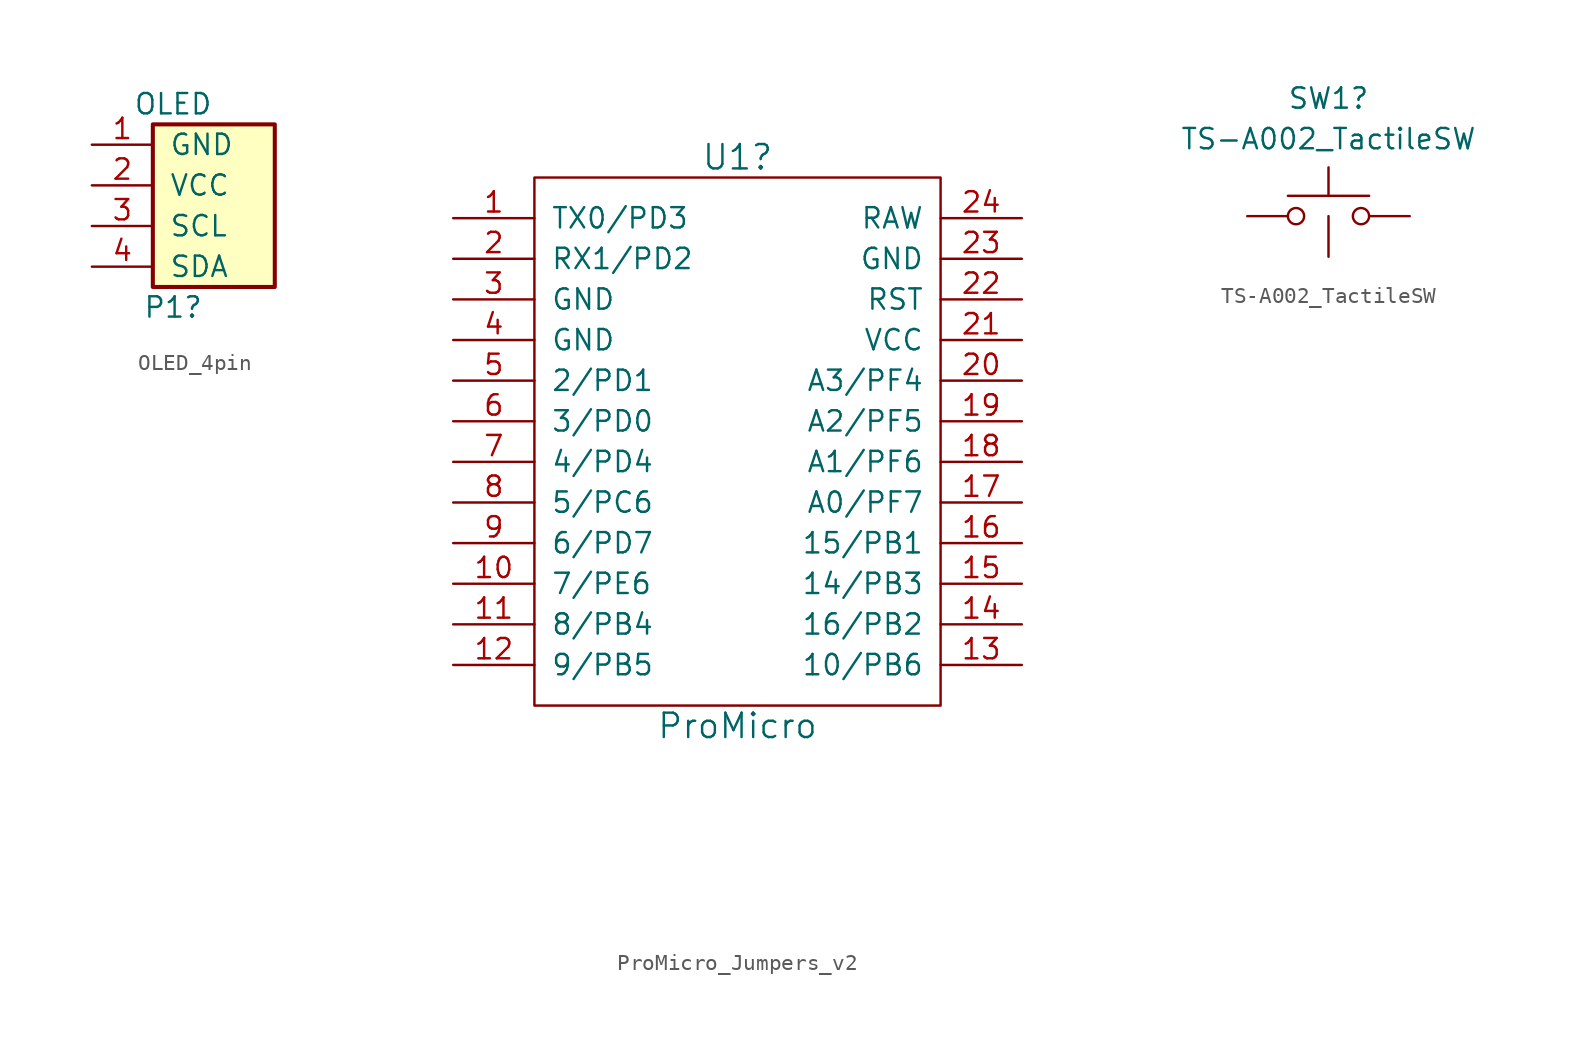
<source format=kicad_sym>
(kicad_symbol_lib
  (version 20231120)
  (generator "kicad_symbol_editor")
  (generator_version "8.0")
  (symbol "OLED_4pin"
    (pin_names
      (offset 1.016))
    (property "Reference" "P1"
      (at 0 -7.62 0)
      (effects (font (size 1.27 1.27))))
    (property "Value" "OLED"
      (at 0 5.08 0)
      (effects (font (size 1.27 1.27))))
    (symbol "OLED_4pin_1_1"
      (rectangle (start -1.27 3.81) (end 6.35 -6.35) (stroke (width 0.254) (type default)) (fill (type background)))
      (pin passive line (at -5.08 2.54 0) (length 3.81) (name "GND" (effects (font (size 1.27 1.27)))) (number "1" (effects (font (size 1.27 1.27)))))
      (pin passive line (at -5.08 0 0) (length 3.81) (name "VCC" (effects (font (size 1.27 1.27)))) (number "2" (effects (font (size 1.27 1.27)))))
      (pin passive line (at -5.08 -2.54 0) (length 3.81) (name "SCL" (effects (font (size 1.27 1.27)))) (number "3" (effects (font (size 1.27 1.27)))))
      (pin passive line (at -5.08 -5.08 0) (length 3.81) (name "SDA" (effects (font (size 1.27 1.27)))) (number "4" (effects (font (size 1.27 1.27)))))
      (pin no_connect line (at 8.128 -2.286 90) (length 3.81) hide (name "0" (effects (font (size 1.27 1.27)))) (number "A" (effects (font (size 1.27 1.27)))))
      (pin no_connect line (at 8.128 -2.286 90) (length 3.81) hide (name "0" (effects (font (size 1.27 1.27)))) (number "B" (effects (font (size 1.27 1.27)))))
      (pin no_connect line (at 8.128 -2.286 90) (length 3.81) hide (name "0" (effects (font (size 1.27 1.27)))) (number "C" (effects (font (size 1.27 1.27)))))
      (pin no_connect line (at 8.128 -2.286 90) (length 3.81) hide (name "0" (effects (font (size 1.27 1.27)))) (number "D" (effects (font (size 1.27 1.27)))))))
  (symbol "ProMicro_Jumpers_v2"
    (pin_names
      (offset 1.016))
    (property "Reference" "U1"
      (at 0 17.78 0)
      (effects (font (size 1.524 1.524))))
    (property "Value" "ProMicro"
      (at 0 -17.78 0)
      (effects (font (size 1.524 1.524))))
    (property "Datasheet" ""
      (at 2.54 -26.67 0)
      (effects (font (size 1.524 1.524))))
    (symbol "ProMicro_Jumpers_v2_0_1"
      (rectangle (start -12.7 -16.51) (end 12.7 16.51) (stroke (width 0) (type default)) (fill (type none))))
    (symbol "ProMicro_Jumpers_v2_1_1"
      (pin input line (at -17.78 13.97 0) (length 5.08) (name "TX0/PD3" (effects (font (size 1.27 1.27)))) (number "1" (effects (font (size 1.27 1.27)))))
      (pin input line (at -17.78 -8.89 0) (length 5.08) (name "7/PE6" (effects (font (size 1.27 1.27)))) (number "10" (effects (font (size 1.27 1.27)))))
      (pin input line (at -17.78 -11.43 0) (length 5.08) (name "8/PB4" (effects (font (size 1.27 1.27)))) (number "11" (effects (font (size 1.27 1.27)))))
      (pin input line (at -17.78 -13.97 0) (length 5.08) (name "9/PB5" (effects (font (size 1.27 1.27)))) (number "12" (effects (font (size 1.27 1.27)))))
      (pin input line (at 17.78 -13.97 180) (length 5.08) (name "10/PB6" (effects (font (size 1.27 1.27)))) (number "13" (effects (font (size 1.27 1.27)))))
      (pin input line (at 17.78 -11.43 180) (length 5.08) (name "16/PB2" (effects (font (size 1.27 1.27)))) (number "14" (effects (font (size 1.27 1.27)))))
      (pin input line (at 17.78 -8.89 180) (length 5.08) (name "14/PB3" (effects (font (size 1.27 1.27)))) (number "15" (effects (font (size 1.27 1.27)))))
      (pin input line (at 17.78 -6.35 180) (length 5.08) (name "15/PB1" (effects (font (size 1.27 1.27)))) (number "16" (effects (font (size 1.27 1.27)))))
      (pin input line (at 17.78 -3.81 180) (length 5.08) (name "A0/PF7" (effects (font (size 1.27 1.27)))) (number "17" (effects (font (size 1.27 1.27)))))
      (pin input line (at 17.78 -1.27 180) (length 5.08) (name "A1/PF6" (effects (font (size 1.27 1.27)))) (number "18" (effects (font (size 1.27 1.27)))))
      (pin input line (at 17.78 1.27 180) (length 5.08) (name "A2/PF5" (effects (font (size 1.27 1.27)))) (number "19" (effects (font (size 1.27 1.27)))))
      (pin input line (at -17.78 11.43 0) (length 5.08) (name "RX1/PD2" (effects (font (size 1.27 1.27)))) (number "2" (effects (font (size 1.27 1.27)))))
      (pin input line (at 17.78 3.81 180) (length 5.08) (name "A3/PF4" (effects (font (size 1.27 1.27)))) (number "20" (effects (font (size 1.27 1.27)))))
      (pin input line (at 17.78 6.35 180) (length 5.08) (name "VCC" (effects (font (size 1.27 1.27)))) (number "21" (effects (font (size 1.27 1.27)))))
      (pin input line (at 17.78 8.89 180) (length 5.08) (name "RST" (effects (font (size 1.27 1.27)))) (number "22" (effects (font (size 1.27 1.27)))))
      (pin input line (at 17.78 11.43 180) (length 5.08) (name "GND" (effects (font (size 1.27 1.27)))) (number "23" (effects (font (size 1.27 1.27)))))
      (pin input line (at 17.78 13.97 180) (length 5.08) (name "RAW" (effects (font (size 1.27 1.27)))) (number "24" (effects (font (size 1.27 1.27)))))
      (pin input line (at -17.78 8.89 0) (length 5.08) (name "GND" (effects (font (size 1.27 1.27)))) (number "3" (effects (font (size 1.27 1.27)))))
      (pin input line (at -17.78 6.35 0) (length 5.08) (name "GND" (effects (font (size 1.27 1.27)))) (number "4" (effects (font (size 1.27 1.27)))))
      (pin input line (at -17.78 3.81 0) (length 5.08) (name "2/PD1" (effects (font (size 1.27 1.27)))) (number "5" (effects (font (size 1.27 1.27)))))
      (pin input line (at -17.78 1.27 0) (length 5.08) (name "3/PD0" (effects (font (size 1.27 1.27)))) (number "6" (effects (font (size 1.27 1.27)))))
      (pin input line (at -17.78 -1.27 0) (length 5.08) (name "4/PD4" (effects (font (size 1.27 1.27)))) (number "7" (effects (font (size 1.27 1.27)))))
      (pin input line (at -17.78 -3.81 0) (length 5.08) (name "5/PC6" (effects (font (size 1.27 1.27)))) (number "8" (effects (font (size 1.27 1.27)))))
      (pin input line (at -17.78 -6.35 0) (length 5.08) (name "6/PD7" (effects (font (size 1.27 1.27)))) (number "9" (effects (font (size 1.27 1.27)))))
      (pin no_connect line (at -0.254 -0.254 270) (length 5.08) hide (name "0" (effects (font (size 1.27 1.27)))) (number "A" (effects (font (size 1.27 1.27)))))
      (pin no_connect line (at -0.254 -0.254 270) (length 5.08) hide (name "0" (effects (font (size 1.27 1.27)))) (number "B" (effects (font (size 1.27 1.27)))))
      (pin no_connect line (at -0.254 -0.254 270) (length 5.08) hide (name "0" (effects (font (size 1.27 1.27)))) (number "C" (effects (font (size 1.27 1.27)))))
      (pin no_connect line (at -0.254 -0.254 270) (length 5.08) hide (name "0" (effects (font (size 1.27 1.27)))) (number "D" (effects (font (size 1.27 1.27)))))
      (pin no_connect line (at -0.254 -0.254 270) (length 5.08) hide (name "0" (effects (font (size 1.27 1.27)))) (number "E" (effects (font (size 1.27 1.27)))))
      (pin no_connect line (at -0.254 -0.254 270) (length 5.08) hide (name "0" (effects (font (size 1.27 1.27)))) (number "F" (effects (font (size 1.27 1.27)))))
      (pin no_connect line (at -0.254 -0.254 270) (length 5.08) hide (name "0" (effects (font (size 1.27 1.27)))) (number "G" (effects (font (size 1.27 1.27)))))
      (pin no_connect line (at -0.254 -0.254 270) (length 5.08) hide (name "0" (effects (font (size 1.27 1.27)))) (number "H" (effects (font (size 1.27 1.27)))))
      (pin no_connect line (at -0.254 -0.254 270) (length 5.08) hide (name "0" (effects (font (size 1.27 1.27)))) (number "I" (effects (font (size 1.27 1.27)))))
      (pin no_connect line (at -0.254 -0.254 270) (length 5.08) hide (name "0" (effects (font (size 1.27 1.27)))) (number "J" (effects (font (size 1.27 1.27)))))
      (pin no_connect line (at -0.254 -0.254 270) (length 5.08) hide (name "0" (effects (font (size 1.27 1.27)))) (number "K" (effects (font (size 1.27 1.27)))))
      (pin no_connect line (at -0.254 -0.254 270) (length 5.08) hide (name "0" (effects (font (size 1.27 1.27)))) (number "L" (effects (font (size 1.27 1.27)))))
      (pin no_connect line (at -0.254 -0.254 270) (length 5.08) hide (name "0" (effects (font (size 1.27 1.27)))) (number "M" (effects (font (size 1.27 1.27)))))
      (pin no_connect line (at -0.254 -0.254 270) (length 5.08) hide (name "0" (effects (font (size 1.27 1.27)))) (number "N" (effects (font (size 1.27 1.27)))))
      (pin no_connect line (at -0.254 -0.254 270) (length 5.08) hide (name "0" (effects (font (size 1.27 1.27)))) (number "O" (effects (font (size 1.27 1.27)))))
      (pin no_connect line (at -0.254 -0.254 270) (length 5.08) hide (name "0" (effects (font (size 1.27 1.27)))) (number "P" (effects (font (size 1.27 1.27)))))
      (pin no_connect line (at -0.254 -0.254 270) (length 5.08) hide (name "0" (effects (font (size 1.27 1.27)))) (number "Q" (effects (font (size 1.27 1.27)))))
      (pin no_connect line (at -0.254 -0.254 270) (length 5.08) hide (name "0" (effects (font (size 1.27 1.27)))) (number "R" (effects (font (size 1.27 1.27)))))
      (pin no_connect line (at -0.254 -0.254 270) (length 5.08) hide (name "0" (effects (font (size 1.27 1.27)))) (number "S" (effects (font (size 1.27 1.27)))))
      (pin no_connect line (at -0.254 -0.254 270) (length 5.08) hide (name "0" (effects (font (size 1.27 1.27)))) (number "T" (effects (font (size 1.27 1.27)))))
      (pin no_connect line (at -0.254 -0.254 270) (length 5.08) hide (name "0" (effects (font (size 1.27 1.27)))) (number "U" (effects (font (size 1.27 1.27)))))
      (pin no_connect line (at -0.254 -0.254 270) (length 5.08) hide (name "0" (effects (font (size 1.27 1.27)))) (number "V" (effects (font (size 1.27 1.27)))))
      (pin no_connect line (at -0.254 -0.254 270) (length 5.08) hide (name "0" (effects (font (size 1.27 1.27)))) (number "X" (effects (font (size 1.27 1.27)))))
      (pin no_connect line (at -0.254 -0.254 270) (length 5.08) hide (name "0" (effects (font (size 1.27 1.27)))) (number "Y" (effects (font (size 1.27 1.27)))))))
  (symbol "TS-A002_TactileSW"
    (pin_numbers hide)
    (pin_names
      (offset 1.016) hide)
    (property "Reference" "SW1"
      (at 0 7.366 0)
      (effects (font (size 1.27 1.27))))
    (property "Value" "TS-A002_TactileSW"
      (at 0 4.826 0)
      (effects (font (size 1.27 1.27))))
    (symbol "TS-A002_TactileSW_0_1"
      (circle (center -2.032 0) (radius 0.508) (stroke (width 0) (type default)) (fill (type none)))
      (polyline (pts (xy 0 1.27) (xy 0 3.048)) (stroke (width 0) (type default)) (fill (type none)))
      (polyline (pts (xy 2.54 1.27) (xy -2.54 1.27)) (stroke (width 0) (type default)) (fill (type none)))
      (circle (center 2.032 0) (radius 0.508) (stroke (width 0) (type default)) (fill (type none)))
      (pin passive line (at -5.08 0 0) (length 2.54) (name "1" (effects (font (size 1.27 1.27)))) (number "1" (effects (font (size 1.27 1.27)))))
      (pin passive line (at 5.08 0 180) (length 2.54) (name "2" (effects (font (size 1.27 1.27)))) (number "2" (effects (font (size 1.27 1.27)))))
      (pin passive line (at 0 -2.54 90) (length 2.54) (name "3" (effects (font (size 1.27 1.27)))) (number "3" (effects (font (size 1.27 1.27))))))))
</source>
